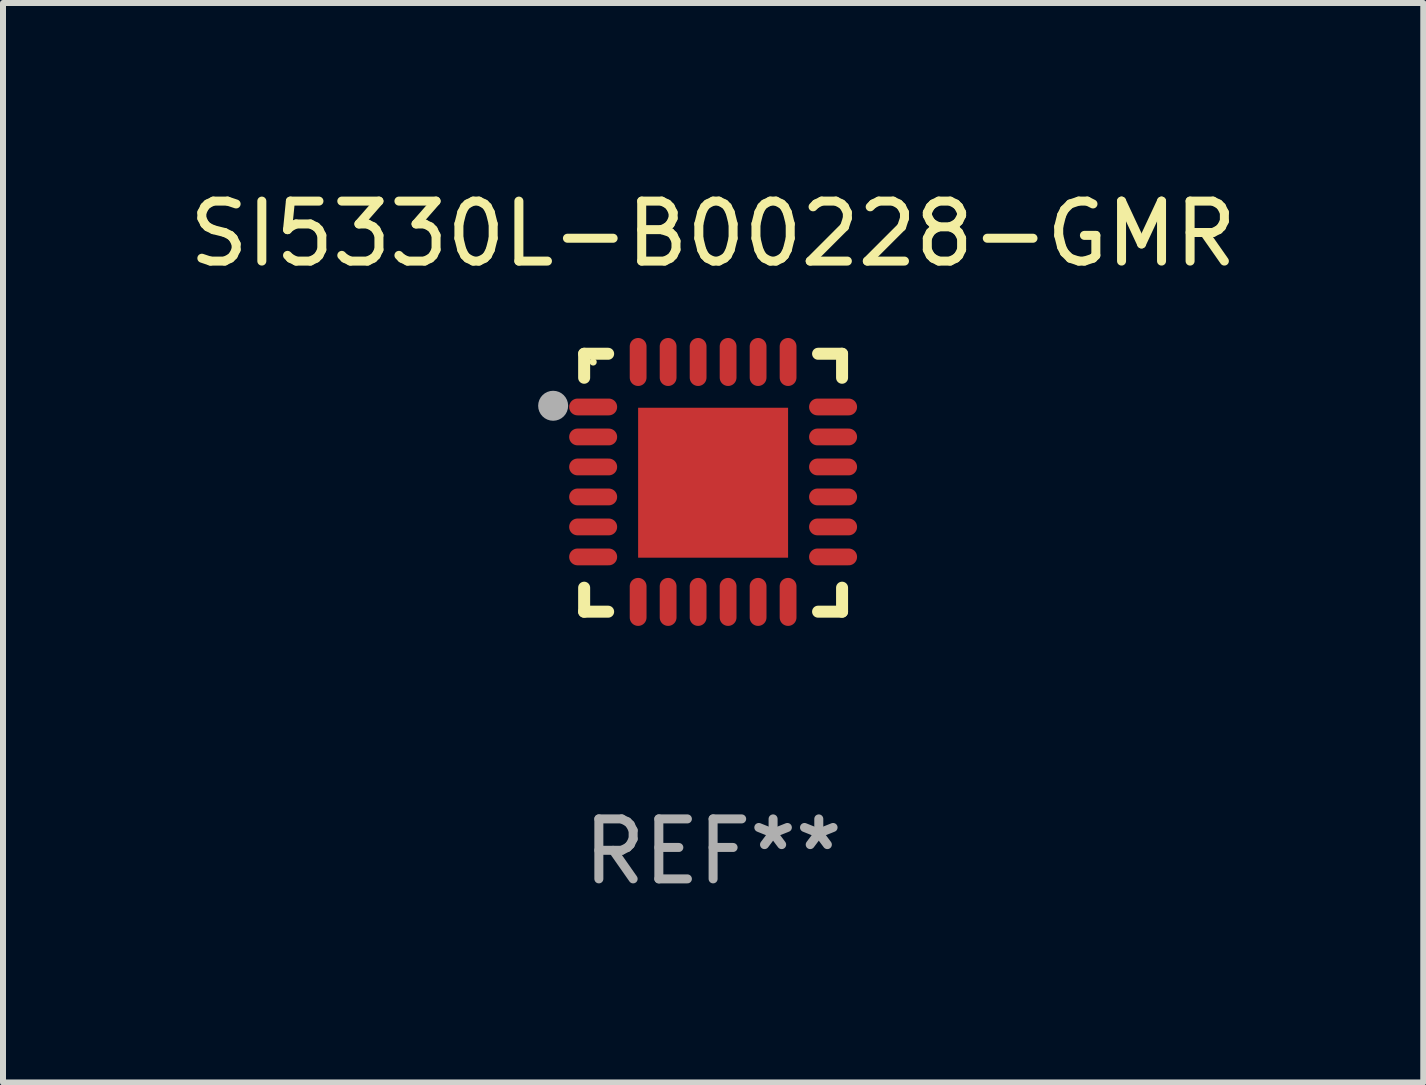
<source format=kicad_pcb>
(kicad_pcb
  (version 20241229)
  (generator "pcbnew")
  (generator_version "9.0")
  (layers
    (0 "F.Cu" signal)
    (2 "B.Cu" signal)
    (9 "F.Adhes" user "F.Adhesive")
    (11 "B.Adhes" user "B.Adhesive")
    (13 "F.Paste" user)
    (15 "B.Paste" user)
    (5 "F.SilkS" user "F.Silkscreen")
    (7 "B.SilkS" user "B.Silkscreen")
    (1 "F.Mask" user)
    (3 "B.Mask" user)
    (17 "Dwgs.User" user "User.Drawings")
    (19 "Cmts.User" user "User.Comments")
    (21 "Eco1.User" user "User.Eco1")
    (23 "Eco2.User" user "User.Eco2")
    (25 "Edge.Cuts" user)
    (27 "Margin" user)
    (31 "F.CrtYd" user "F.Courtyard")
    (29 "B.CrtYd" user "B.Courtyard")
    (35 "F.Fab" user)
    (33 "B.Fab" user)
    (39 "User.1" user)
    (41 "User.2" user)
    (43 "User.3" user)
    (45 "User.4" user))
  (footprint "SI5330L-B00228-GMR"
    (layer "F.Cu")
    (at 8.839 4.998)
    (property "Reference" "SI5330L-B00228-GMR" (at 0 -4.15 0) (layer "F.SilkS") (effects (font (size 1 1) (thickness 0.15))))
    (attr through_hole)
    (fp_line (start -2.15 -2.15) (end -1.75 -2.15) (stroke (width 0.2) (type solid)) (layer "F.SilkS"))
    (fp_line (start -2.15 -1.75) (end -2.15 -2.15) (stroke (width 0.2) (type solid)) (layer "F.SilkS"))
    (fp_line (start -2.15 2.15) (end -2.15 1.75) (stroke (width 0.2) (type solid)) (layer "F.SilkS"))
    (fp_line (start -1.75 2.15) (end -2.15 2.15) (stroke (width 0.2) (type solid)) (layer "F.SilkS"))
    (fp_line (start 1.75 -2.15) (end 2.15 -2.15) (stroke (width 0.2) (type solid)) (layer "F.SilkS"))
    (fp_line (start 1.75 2.15) (end 2.15 2.15) (stroke (width 0.2) (type solid)) (layer "F.SilkS"))
    (fp_line (start 2.15 -2.15) (end 2.15 -1.75) (stroke (width 0.2) (type solid)) (layer "F.SilkS"))
    (fp_line (start 2.15 2.15) (end 2.15 1.75) (stroke (width 0.2) (type solid)) (layer "F.SilkS"))
    (fp_circle (center -2 -2.013) (end -1.97 -2.013) (stroke (width 0.06) (type solid)) (fill no) (layer "F.SilkS"))
    (fp_circle (center -2.667 -1.283) (end -2.542 -1.283) (stroke (width 0.25) (type solid)) (fill no) (layer "F.Fab"))
    (fp_text user "REF**" (at 0 6.15 0) (layer "F.Fab") (effects (font (size 1 1) (thickness 0.15))))
    (pad "1" smd oval (at -2 -1.263) (size 0.8 0.28) (layers "F.Cu" "F.Mask" "F.Paste"))
    (pad "2" smd oval (at -2 -0.763) (size 0.8 0.28) (layers "F.Cu" "F.Mask" "F.Paste"))
    (pad "3" smd oval (at -2 -0.263) (size 0.8 0.28) (layers "F.Cu" "F.Mask" "F.Paste"))
    (pad "4" smd oval (at -2 0.237) (size 0.8 0.28) (layers "F.Cu" "F.Mask" "F.Paste"))
    (pad "5" smd oval (at -2 0.737) (size 0.8 0.28) (layers "F.Cu" "F.Mask" "F.Paste"))
    (pad "6" smd oval (at -2 1.237) (size 0.8 0.28) (layers "F.Cu" "F.Mask" "F.Paste"))
    (pad "7" smd oval (at -1.25 1.987) (size 0.28 0.8) (layers "F.Cu" "F.Mask" "F.Paste"))
    (pad "8" smd oval (at -0.75 1.987) (size 0.28 0.8) (layers "F.Cu" "F.Mask" "F.Paste"))
    (pad "9" smd oval (at -0.25 1.987) (size 0.28 0.8) (layers "F.Cu" "F.Mask" "F.Paste"))
    (pad "10" smd oval (at 0.25 1.987) (size 0.28 0.8) (layers "F.Cu" "F.Mask" "F.Paste"))
    (pad "11" smd oval (at 0.75 1.987) (size 0.28 0.8) (layers "F.Cu" "F.Mask" "F.Paste"))
    (pad "12" smd oval (at 1.25 1.987) (size 0.28 0.8) (layers "F.Cu" "F.Mask" "F.Paste"))
    (pad "13" smd oval (at 2 1.237) (size 0.8 0.28) (layers "F.Cu" "F.Mask" "F.Paste"))
    (pad "14" smd oval (at 2 0.737) (size 0.8 0.28) (layers "F.Cu" "F.Mask" "F.Paste"))
    (pad "15" smd oval (at 2 0.237) (size 0.8 0.28) (layers "F.Cu" "F.Mask" "F.Paste"))
    (pad "16" smd oval (at 2 -0.263) (size 0.8 0.28) (layers "F.Cu" "F.Mask" "F.Paste"))
    (pad "17" smd oval (at 2 -0.763) (size 0.8 0.28) (layers "F.Cu" "F.Mask" "F.Paste"))
    (pad "18" smd oval (at 2 -1.263) (size 0.8 0.28) (layers "F.Cu" "F.Mask" "F.Paste"))
    (pad "19" smd oval (at 1.25 -2.013) (size 0.28 0.8) (layers "F.Cu" "F.Mask" "F.Paste"))
    (pad "20" smd oval (at 0.75 -2.013) (size 0.28 0.8) (layers "F.Cu" "F.Mask" "F.Paste"))
    (pad "21" smd oval (at 0.25 -2.013) (size 0.28 0.8) (layers "F.Cu" "F.Mask" "F.Paste"))
    (pad "22" smd oval (at -0.25 -2.013) (size 0.28 0.8) (layers "F.Cu" "F.Mask" "F.Paste"))
    (pad "23" smd oval (at -0.75 -2.013) (size 0.28 0.8) (layers "F.Cu" "F.Mask" "F.Paste"))
    (pad "24" smd oval (at -1.25 -2.013) (size 0.28 0.8) (layers "F.Cu" "F.Mask" "F.Paste"))
    (pad "25" smd rect (at -0.000127 -0.00014) (size 2.5 2.5) (layers "F.Cu" "F.Mask" "F.Paste")))
  (gr_rect
    (start -3 -3)
    (end 20.679 14.997)
    (stroke (width 0.1) (type default))
    (fill no)
    (layer "Edge.Cuts")))
</source>
